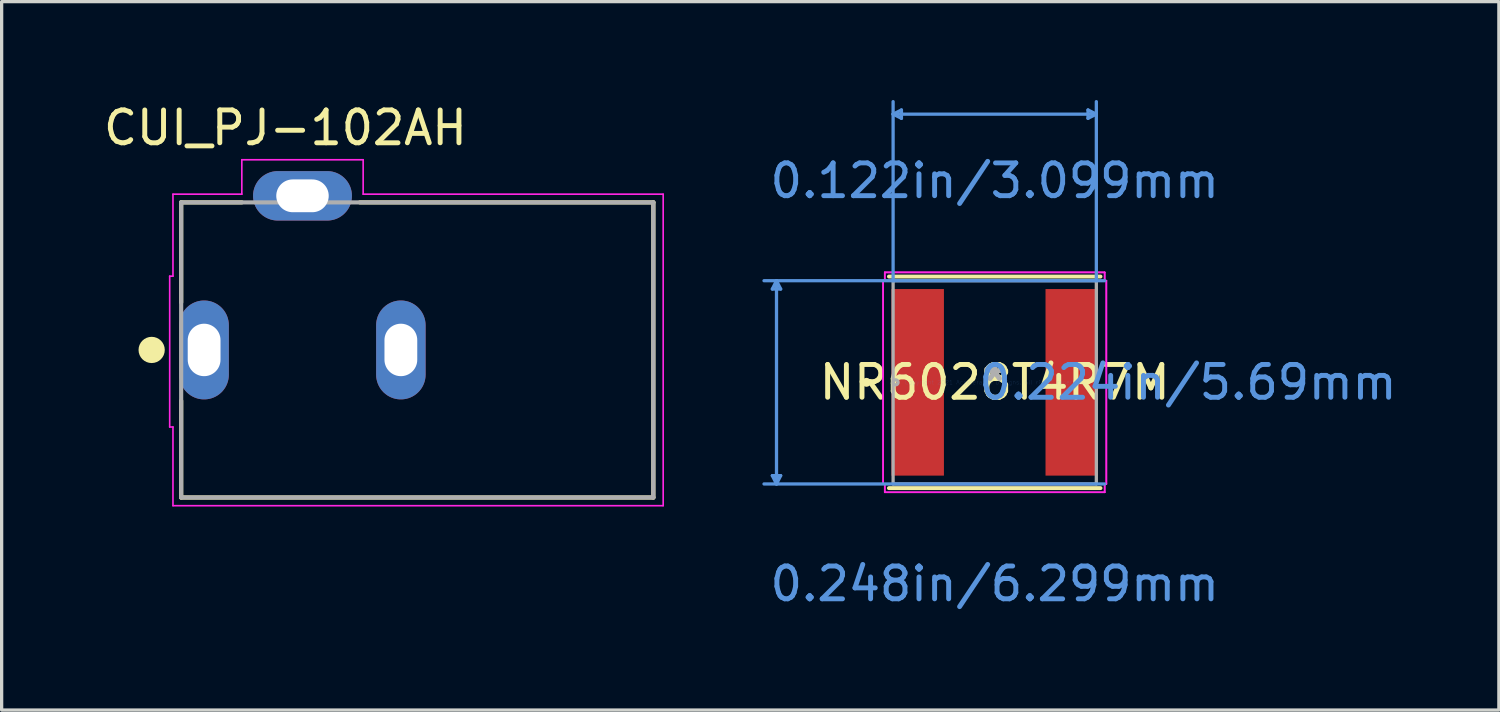
<source format=kicad_pcb>
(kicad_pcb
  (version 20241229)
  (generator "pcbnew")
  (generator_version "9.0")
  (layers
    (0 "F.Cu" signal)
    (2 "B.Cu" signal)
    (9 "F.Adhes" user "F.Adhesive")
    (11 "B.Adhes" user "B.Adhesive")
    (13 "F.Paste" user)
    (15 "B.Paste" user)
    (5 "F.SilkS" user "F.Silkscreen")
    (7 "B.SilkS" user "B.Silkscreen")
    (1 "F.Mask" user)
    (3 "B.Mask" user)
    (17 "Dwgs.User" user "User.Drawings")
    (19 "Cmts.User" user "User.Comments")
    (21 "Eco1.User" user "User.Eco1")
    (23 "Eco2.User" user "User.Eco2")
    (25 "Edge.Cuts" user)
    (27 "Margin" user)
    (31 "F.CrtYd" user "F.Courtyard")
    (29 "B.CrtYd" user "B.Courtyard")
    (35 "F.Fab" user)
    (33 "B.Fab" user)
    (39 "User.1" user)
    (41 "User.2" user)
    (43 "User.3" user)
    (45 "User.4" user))
  (footprint "NR6028T4R7M"
    (layer "F.Cu")
    (at 27.286 8.61)
    (property "Reference" "NR6028T4R7M" (at 0 0 0) (layer "F.SilkS") (effects (font (size 1 1) (thickness 0.15))))
    (attr through_hole)
    (fp_line (start -3.226 3.226) (end 3.226 3.226) (stroke (width 0.12) (type solid)) (layer "F.SilkS"))
    (fp_line (start 3.226 -3.226) (end -3.226 -3.226) (stroke (width 0.12) (type solid)) (layer "F.SilkS"))
    (fp_circle (center -3.912 0) (end -3.835 0) (stroke (width 0.12) (type solid)) (fill no) (layer "F.SilkS"))
    (fp_line (start -6.782 -2.845) (end -6.528 -2.845) (stroke (width 0.1) (type solid)) (layer "Cmts.User"))
    (fp_line (start -6.782 2.845) (end -6.528 2.845) (stroke (width 0.1) (type solid)) (layer "Cmts.User"))
    (fp_line (start -6.655 -3.099) (end -6.782 -2.845) (stroke (width 0.1) (type solid)) (layer "Cmts.User"))
    (fp_line (start -6.655 -3.099) (end -6.655 3.099) (stroke (width 0.1) (type solid)) (layer "Cmts.User"))
    (fp_line (start -6.655 -3.099) (end -6.528 -2.845) (stroke (width 0.1) (type solid)) (layer "Cmts.User"))
    (fp_line (start -6.655 3.099) (end -6.782 2.845) (stroke (width 0.1) (type solid)) (layer "Cmts.User"))
    (fp_line (start -6.655 3.099) (end -6.528 2.845) (stroke (width 0.1) (type solid)) (layer "Cmts.User"))
    (fp_line (start -3.099 -8.179) (end -2.845 -8.306) (stroke (width 0.1) (type solid)) (layer "Cmts.User"))
    (fp_line (start -3.099 -8.179) (end -2.845 -8.052) (stroke (width 0.1) (type solid)) (layer "Cmts.User"))
    (fp_line (start -3.099 -8.179) (end 3.099 -8.179) (stroke (width 0.1) (type solid)) (layer "Cmts.User"))
    (fp_line (start -3.099 -3.099) (end -3.099 -8.56) (stroke (width 0.1) (type solid)) (layer "Cmts.User"))
    (fp_line (start -2.845 -8.306) (end -2.845 -8.052) (stroke (width 0.1) (type solid)) (layer "Cmts.User"))
    (fp_line (start 2.845 -8.306) (end 2.845 -8.052) (stroke (width 0.1) (type solid)) (layer "Cmts.User"))
    (fp_line (start 3.099 -8.179) (end 2.845 -8.306) (stroke (width 0.1) (type solid)) (layer "Cmts.User"))
    (fp_line (start 3.099 -8.179) (end 2.845 -8.052) (stroke (width 0.1) (type solid)) (layer "Cmts.User"))
    (fp_line (start 3.099 -3.099) (end 3.099 -8.56) (stroke (width 0.1) (type solid)) (layer "Cmts.User"))
    (fp_line (start 3.353 -3.099) (end -7.036 -3.099) (stroke (width 0.1) (type solid)) (layer "Cmts.User"))
    (fp_line (start 3.353 3.099) (end -7.036 3.099) (stroke (width 0.1) (type solid)) (layer "Cmts.User"))
    (fp_line (start -3.404 -3.099) (end -3.353 -3.099) (stroke (width 0.05) (type solid)) (layer "F.CrtYd"))
    (fp_line (start -3.404 -3.099) (end -3.353 -3.099) (stroke (width 0.05) (type solid)) (layer "F.CrtYd"))
    (fp_line (start -3.404 3.099) (end -3.404 -3.099) (stroke (width 0.05) (type solid)) (layer "F.CrtYd"))
    (fp_line (start -3.404 3.099) (end -3.404 -3.099) (stroke (width 0.05) (type solid)) (layer "F.CrtYd"))
    (fp_line (start -3.353 -3.353) (end 3.353 -3.353) (stroke (width 0.05) (type solid)) (layer "F.CrtYd"))
    (fp_line (start -3.353 -3.353) (end 3.353 -3.353) (stroke (width 0.05) (type solid)) (layer "F.CrtYd"))
    (fp_line (start -3.353 -3.099) (end -3.353 -3.353) (stroke (width 0.05) (type solid)) (layer "F.CrtYd"))
    (fp_line (start -3.353 -3.099) (end -3.353 -3.353) (stroke (width 0.05) (type solid)) (layer "F.CrtYd"))
    (fp_line (start -3.353 3.099) (end -3.404 3.099) (stroke (width 0.05) (type solid)) (layer "F.CrtYd"))
    (fp_line (start -3.353 3.099) (end -3.404 3.099) (stroke (width 0.05) (type solid)) (layer "F.CrtYd"))
    (fp_line (start -3.353 3.353) (end -3.353 3.099) (stroke (width 0.05) (type solid)) (layer "F.CrtYd"))
    (fp_line (start -3.353 3.353) (end -3.353 3.099) (stroke (width 0.05) (type solid)) (layer "F.CrtYd"))
    (fp_line (start 3.353 -3.353) (end 3.353 -3.099) (stroke (width 0.05) (type solid)) (layer "F.CrtYd"))
    (fp_line (start 3.353 -3.353) (end 3.353 -3.099) (stroke (width 0.05) (type solid)) (layer "F.CrtYd"))
    (fp_line (start 3.353 -3.099) (end 3.404 -3.099) (stroke (width 0.05) (type solid)) (layer "F.CrtYd"))
    (fp_line (start 3.353 -3.099) (end 3.404 -3.099) (stroke (width 0.05) (type solid)) (layer "F.CrtYd"))
    (fp_line (start 3.353 3.099) (end 3.353 3.353) (stroke (width 0.05) (type solid)) (layer "F.CrtYd"))
    (fp_line (start 3.353 3.099) (end 3.353 3.353) (stroke (width 0.05) (type solid)) (layer "F.CrtYd"))
    (fp_line (start 3.353 3.353) (end -3.353 3.353) (stroke (width 0.05) (type solid)) (layer "F.CrtYd"))
    (fp_line (start 3.353 3.353) (end -3.353 3.353) (stroke (width 0.05) (type solid)) (layer "F.CrtYd"))
    (fp_line (start 3.404 -3.099) (end 3.404 3.099) (stroke (width 0.05) (type solid)) (layer "F.CrtYd"))
    (fp_line (start 3.404 -3.099) (end 3.404 3.099) (stroke (width 0.05) (type solid)) (layer "F.CrtYd"))
    (fp_line (start 3.404 3.099) (end 3.353 3.099) (stroke (width 0.05) (type solid)) (layer "F.CrtYd"))
    (fp_line (start 3.404 3.099) (end 3.353 3.099) (stroke (width 0.05) (type solid)) (layer "F.CrtYd"))
    (fp_line (start -3.099 -3.099) (end -3.099 3.099) (stroke (width 0.1) (type solid)) (layer "F.Fab"))
    (fp_line (start -3.099 3.099) (end 3.099 3.099) (stroke (width 0.1) (type solid)) (layer "F.Fab"))
    (fp_line (start 3.099 -3.099) (end -3.099 -3.099) (stroke (width 0.1) (type solid)) (layer "F.Fab"))
    (fp_line (start 3.099 3.099) (end 3.099 -3.099) (stroke (width 0.1) (type solid)) (layer "F.Fab"))
    (fp_circle (center -3.023 0) (end -2.946 0) (stroke (width 0.1) (type solid)) (fill no) (layer "F.Fab"))
    (fp_text user "*" (at 0 0 0) (layer "F.SilkS") (effects (font (size 1 1) (thickness 0.15))))
    (fp_text user "0.122in/3.099mm" (at 0 -6.147 0) (layer "Cmts.User") (effects (font (size 1 1) (thickness 0.15))))
    (fp_text user "0.248in/6.299mm" (at 0 6.147 0) (layer "Cmts.User") (effects (font (size 1 1) (thickness 0.15))))
    (fp_text user "Copyright 2021 Accelerated Designs. All rights reserved." (at 0 0 0) (layer "Cmts.User") (effects (font (size 0.127 0.127) (thickness 0.002))))
    (fp_text user "0.224in/5.69mm" (at 5.893 0 0) (layer "Cmts.User") (effects (font (size 1 1) (thickness 0.15))))
    (fp_text user "*" (at 0 0 0) (layer "F.Fab") (effects (font (size 1 1) (thickness 0.15))))
    (pad "1" smd rect (at -2.349 0) (size 1.6 5.69) (layers "F.Cu" "F.Mask" "F.Paste"))
    (pad "2" smd rect (at 2.349 0) (size 1.6 5.69) (layers "F.Cu" "F.Mask" "F.Paste")))
  (footprint "CUI_PJ-102AH"
    (layer "F.Cu")
    (at 9.675 7.622)
    (property "Reference" "CUI_PJ-102AH" (at -4.02 -6.773 0) (layer "F.SilkS") (effects (font (size 1.001 1.001) (thickness 0.15))))
    (attr through_hole)
    (fp_line (start -7.2 -4.5) (end -5.35 -4.5) (stroke (width 0.127) (type solid)) (layer "F.SilkS"))
    (fp_line (start -7.2 -1.45) (end -7.2 -4.5) (stroke (width 0.127) (type solid)) (layer "F.SilkS"))
    (fp_line (start -7.2 4.5) (end -7.2 1.55) (stroke (width 0.127) (type solid)) (layer "F.SilkS"))
    (fp_line (start -1.75 -4.5) (end 7.2 -4.5) (stroke (width 0.127) (type solid)) (layer "F.SilkS"))
    (fp_line (start 7.2 -4.5) (end 7.2 4.5) (stroke (width 0.127) (type solid)) (layer "F.SilkS"))
    (fp_line (start 7.2 4.5) (end -7.2 4.5) (stroke (width 0.127) (type solid)) (layer "F.SilkS"))
    (fp_circle (center -8.1 0) (end -7.9 0) (stroke (width 0.4) (type solid)) (fill no) (layer "F.SilkS"))
    (fp_line (start -7.55 -2.25) (end -7.55 2.35) (stroke (width 0.05) (type solid)) (layer "F.CrtYd"))
    (fp_line (start -7.55 2.35) (end -7.45 2.35) (stroke (width 0.05) (type solid)) (layer "F.CrtYd"))
    (fp_line (start -7.45 -4.75) (end -5.35 -4.75) (stroke (width 0.05) (type solid)) (layer "F.CrtYd"))
    (fp_line (start -7.45 -2.25) (end -7.55 -2.25) (stroke (width 0.05) (type solid)) (layer "F.CrtYd"))
    (fp_line (start -7.45 -2.25) (end -7.45 -4.75) (stroke (width 0.05) (type solid)) (layer "F.CrtYd"))
    (fp_line (start -7.45 4.75) (end -7.45 2.35) (stroke (width 0.05) (type solid)) (layer "F.CrtYd"))
    (fp_line (start -5.35 -5.8) (end -1.65 -5.8) (stroke (width 0.05) (type solid)) (layer "F.CrtYd"))
    (fp_line (start -5.35 -4.75) (end -5.35 -5.8) (stroke (width 0.05) (type solid)) (layer "F.CrtYd"))
    (fp_line (start -1.65 -5.8) (end -1.65 -4.75) (stroke (width 0.05) (type solid)) (layer "F.CrtYd"))
    (fp_line (start -1.65 -4.75) (end 7.5 -4.75) (stroke (width 0.05) (type solid)) (layer "F.CrtYd"))
    (fp_line (start 7.5 -4.75) (end 7.5 4.75) (stroke (width 0.05) (type solid)) (layer "F.CrtYd"))
    (fp_line (start 7.5 4.75) (end -7.45 4.75) (stroke (width 0.05) (type solid)) (layer "F.CrtYd"))
    (fp_line (start -7.2 -4.5) (end 7.2 -4.5) (stroke (width 0.127) (type solid)) (layer "F.Fab"))
    (fp_line (start -7.2 4.5) (end -7.2 -4.5) (stroke (width 0.127) (type solid)) (layer "F.Fab"))
    (fp_line (start 7.2 -4.5) (end 7.2 4.5) (stroke (width 0.127) (type solid)) (layer "F.Fab"))
    (fp_line (start 7.2 4.5) (end -7.2 4.5) (stroke (width 0.127) (type solid)) (layer "F.Fab"))
    (pad "1" thru_hole oval (at -6.5 0) (size 1.508 3.016) (drill oval 1 1.6) (layers "*.Cu" "*.Mask"))
    (pad "2" thru_hole oval (at -0.5 0) (size 1.508 3.016) (drill oval 1 1.6) (layers "*.Cu" "*.Mask"))
    (pad "3" thru_hole oval (at -3.5 -4.7) (size 3.016 1.508) (drill oval 1.6 1) (layers "*.Cu" "*.Mask")))
  (gr_rect
    (start -3 -3)
    (end 42.661 18.605)
    (stroke (width 0.1) (type default))
    (fill no)
    (layer "Edge.Cuts")))
</source>
